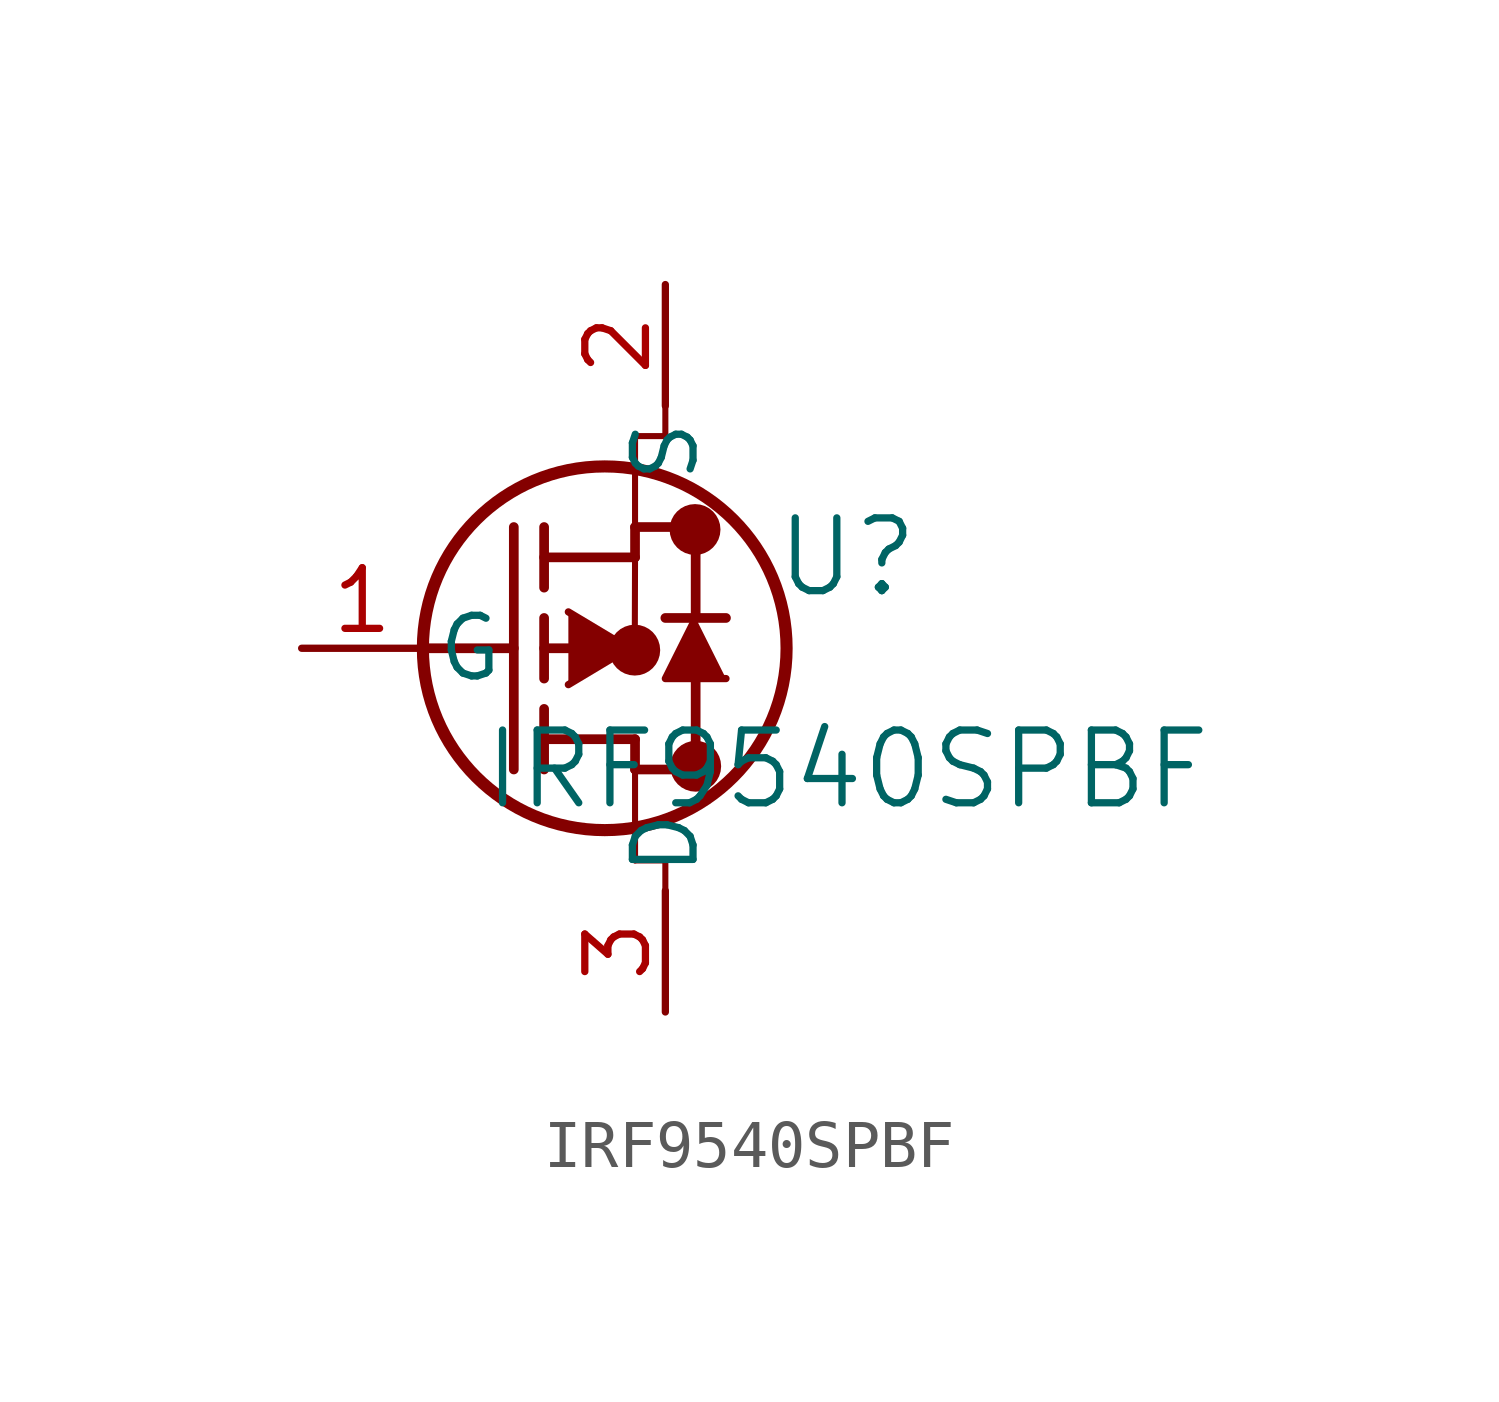
<source format=kicad_sym>
(kicad_symbol_lib
  (version 20211014)
  (generator kicad_symbol_editor)
  (symbol "IRF9540SPBF"
    (pin_names
      (offset 0.254))
    (property "Reference" "U"
      (at 11.43 1.905 0)
      (effects (font (size 1.524 1.524))))
    (property "Value" "IRF9540SPBF"
      (at 11.43 -2.54 0)
      (effects (font (size 1.524 1.524))))
    (symbol "IRF9540SPBF_0_1"
      (circle (center 8.242 2.488) (radius 0.025) (stroke (width 0.508) (type default) (color 0 0 0 0)) (fill (type none)))
      (circle (center 8.256 -2.472) (radius 0.025) (stroke (width 0.508) (type default) (color 0 0 0 0)) (fill (type none)))
      (circle (center 6.979 -0.039) (radius 0.025) (stroke (width 0.508) (type default) (color 0 0 0 0)) (fill (type none)))
      (circle (center 6.35 0) (radius 3.81) (stroke (width 0.254) (type default) (color 0 0 0 0)) (fill (type none)))
      (polyline (pts (xy 2.54 0) (xy 4.445 0)) (stroke (width 0.203) (type default) (color 0 0 0 0)) (fill (type none)))
      (polyline (pts (xy 4.445 -2.54) (xy 4.445 2.54)) (stroke (width 0.203) (type default) (color 0 0 0 0)) (fill (type none)))
      (polyline (pts (xy 5.08 -0.635) (xy 5.08 0.635)) (stroke (width 0.203) (type default) (color 0 0 0 0)) (fill (type none)))
      (polyline (pts (xy 5.08 -2.54) (xy 5.08 -1.27)) (stroke (width 0.203) (type default) (color 0 0 0 0)) (fill (type none)))
      (polyline (pts (xy 5.08 1.27) (xy 5.08 2.54)) (stroke (width 0.203) (type default) (color 0 0 0 0)) (fill (type none)))
      (polyline (pts (xy 5.08 0) (xy 5.842 0)) (stroke (width 0.203) (type default) (color 0 0 0 0)) (fill (type none)))
      (polyline (pts (xy 5.08 -1.905) (xy 6.985 -1.905)) (stroke (width 0.203) (type default) (color 0 0 0 0)) (fill (type none)))
      (polyline (pts (xy 6.985 -2.54) (xy 6.985 -1.905)) (stroke (width 0.203) (type default) (color 0 0 0 0)) (fill (type none)))
      (polyline (pts (xy 6.985 -2.54) (xy 8.255 -2.54)) (stroke (width 0.203) (type default) (color 0 0 0 0)) (fill (type none)))
      (polyline (pts (xy 5.08 1.905) (xy 6.985 1.905)) (stroke (width 0.203) (type default) (color 0 0 0 0)) (fill (type none)))
      (polyline (pts (xy 8.255 0.635) (xy 8.255 2.54)) (stroke (width 0.203) (type default) (color 0 0 0 0)) (fill (type none)))
      (polyline (pts (xy 5.588 0.762) (xy 6.858 0) (xy 5.588 -0.762)) (stroke (width 0) (type default) (color 0 0 0 0)) (fill (type outline)))
      (polyline (pts (xy 8.89 -0.635) (xy 7.62 -0.635) (xy 8.255 0.635)) (stroke (width 0) (type default) (color 0 0 0 0)) (fill (type outline)))
      (polyline (pts (xy 8.255 -2.54) (xy 8.255 -0.635)) (stroke (width 0.203) (type default) (color 0 0 0 0)) (fill (type none)))
      (polyline (pts (xy 8.89 0.635) (xy 7.62 0.635)) (stroke (width 0.203) (type default) (color 0 0 0 0)) (fill (type none)))
      (polyline (pts (xy 6.985 2.54) (xy 8.255 2.54)) (stroke (width 0.203) (type default) (color 0 0 0 0)) (fill (type none)))
      (polyline (pts (xy 6.985 1.905) (xy 6.985 2.54)) (stroke (width 0.203) (type default) (color 0 0 0 0)) (fill (type none)))
      (polyline (pts (xy 6.985 1.905) (xy 6.979 -0.039)) (stroke (width 0.127) (type default) (color 0 0 0 0)) (fill (type none)))
      (polyline (pts (xy 6.979 -0.039) (xy 6.604 0)) (stroke (width 0.127) (type default) (color 0 0 0 0)) (fill (type none)))
      (polyline (pts (xy 7.62 -4.445) (xy 7.62 -5.08)) (stroke (width 0.127) (type default) (color 0 0 0 0)) (fill (type none)))
      (polyline (pts (xy 7.62 -4.445) (xy 6.985 -4.445)) (stroke (width 0.127) (type default) (color 0 0 0 0)) (fill (type none)))
      (polyline (pts (xy 6.985 -2.54) (xy 6.985 -4.445)) (stroke (width 0.127) (type default) (color 0 0 0 0)) (fill (type none)))
      (polyline (pts (xy 7.62 5.08) (xy 7.62 4.445)) (stroke (width 0.127) (type default) (color 0 0 0 0)) (fill (type none)))
      (polyline (pts (xy 7.62 4.445) (xy 6.985 4.445)) (stroke (width 0.127) (type default) (color 0 0 0 0)) (fill (type none)))
      (polyline (pts (xy 6.985 4.445) (xy 6.985 2.54)) (stroke (width 0.127) (type default) (color 0 0 0 0)) (fill (type none)))
      (pin unspecified line (at 0 0 0) (length 2.54) (name "G" (effects (font (size 1.27 1.27)))) (number "1" (effects (font (size 1.27 1.27)))))
      (pin unspecified line (at 7.62 7.62 270) (length 2.54) (name "S" (effects (font (size 1.27 1.27)))) (number "2" (effects (font (size 1.27 1.27)))))
      (pin unspecified line (at 7.62 -7.62 90) (length 2.54) (name "D" (effects (font (size 1.27 1.27)))) (number "3" (effects (font (size 1.27 1.27))))))))
</source>
